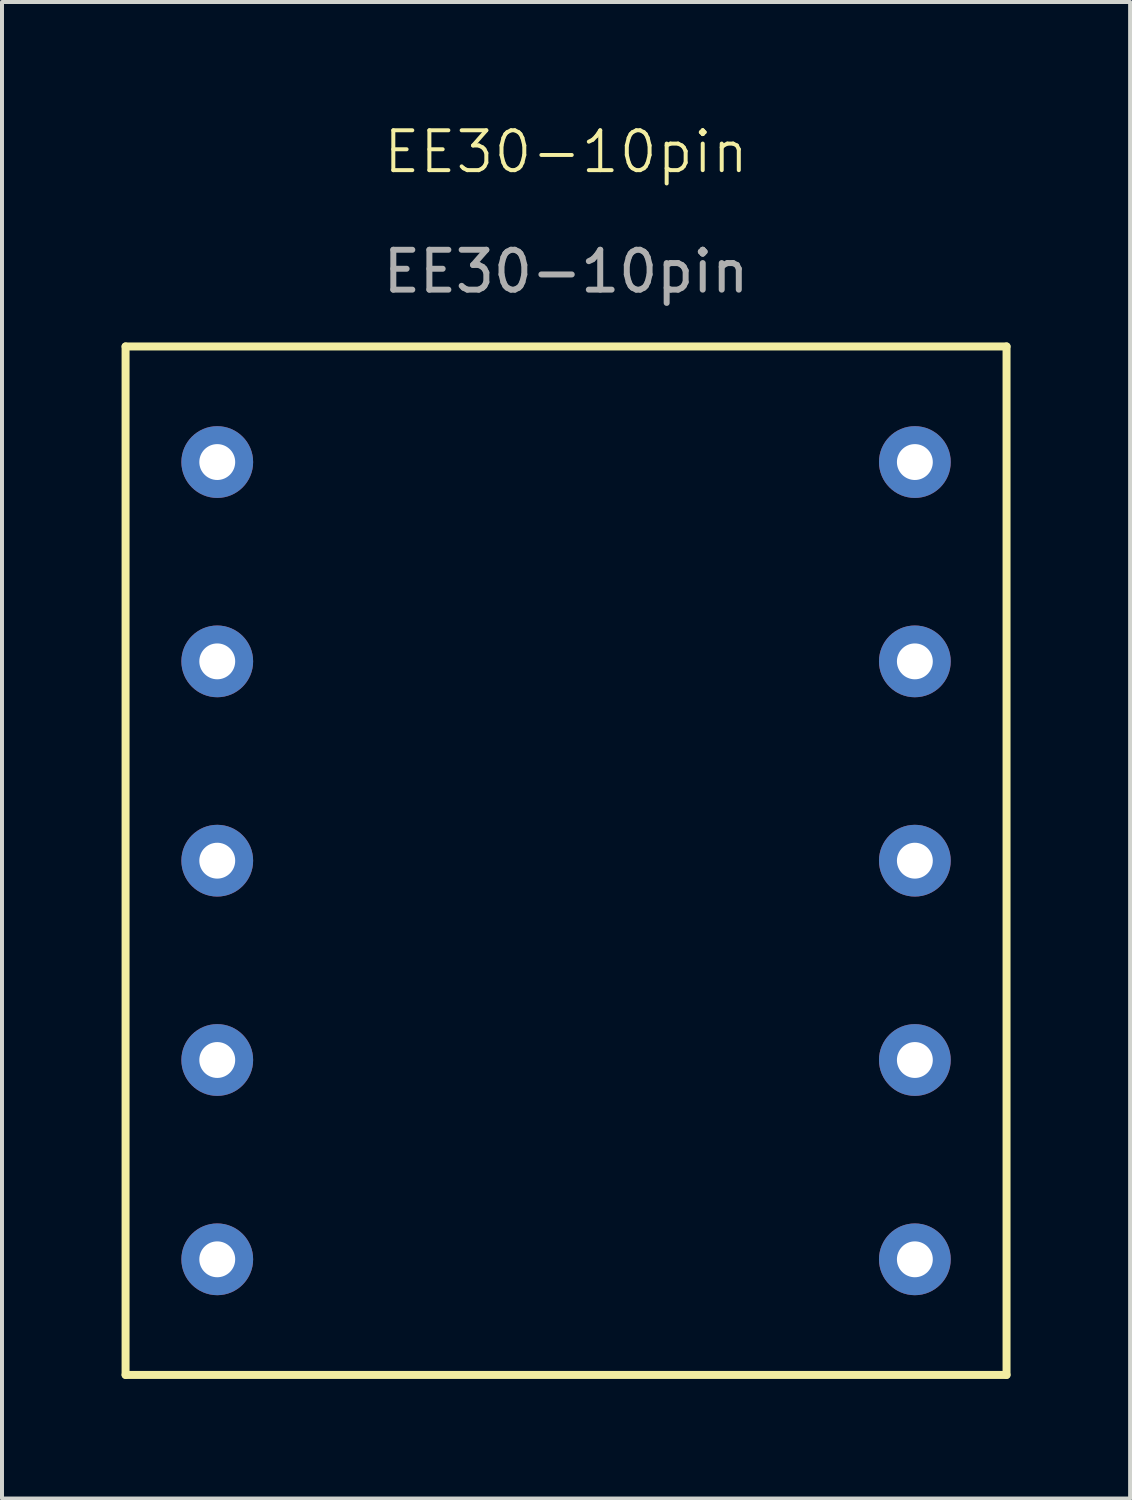
<source format=kicad_pcb>
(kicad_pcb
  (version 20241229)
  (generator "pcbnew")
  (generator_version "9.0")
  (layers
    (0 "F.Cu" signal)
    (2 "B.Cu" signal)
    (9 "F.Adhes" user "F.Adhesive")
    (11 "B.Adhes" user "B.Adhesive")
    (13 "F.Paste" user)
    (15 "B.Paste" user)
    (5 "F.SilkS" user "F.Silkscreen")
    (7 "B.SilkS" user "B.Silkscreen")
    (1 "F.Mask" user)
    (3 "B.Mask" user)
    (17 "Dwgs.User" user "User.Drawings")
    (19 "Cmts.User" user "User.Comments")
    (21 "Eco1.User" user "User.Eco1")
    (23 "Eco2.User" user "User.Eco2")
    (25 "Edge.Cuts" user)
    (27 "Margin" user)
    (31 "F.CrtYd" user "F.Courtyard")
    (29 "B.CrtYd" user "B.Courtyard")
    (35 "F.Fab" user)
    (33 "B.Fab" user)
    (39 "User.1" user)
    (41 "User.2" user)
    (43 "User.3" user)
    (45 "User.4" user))
  (footprint "EE30-10pin"
    (layer "F.Cu")
    (at 11.15 18.541)
    (property "Reference" "EE30-10pin" (at 0 -17.78 0) (unlocked yes) (layer "F.SilkS") (effects (font (size 1 1) (thickness 0.1))))
    (attr through_hole)
    (fp_line (start -11.05 -12.9) (end -11.05 12.9) (stroke (width 0.2) (type default)) (layer "F.SilkS"))
    (fp_line (start -11.05 -12.9) (end 11.05 -12.9) (stroke (width 0.2) (type default)) (layer "F.SilkS"))
    (fp_line (start -11.05 12.9) (end 11.05 12.9) (stroke (width 0.2) (type default)) (layer "F.SilkS"))
    (fp_line (start 11.05 -12.9) (end 11.05 12.9) (stroke (width 0.2) (type default)) (layer "F.SilkS"))
    (fp_text user "${REFERENCE}" (at 0 -14.78 0) (unlocked yes) (layer "F.Fab") (effects (font (size 1 1) (thickness 0.15))))
    (pad "" thru_hole circle (at -8.75 10 90) (size 1.8 1.8) (drill 0.9) (layers "*.Cu" "*.Mask"))
    (pad "" thru_hole circle (at 8.75 -5 90) (size 1.8 1.8) (drill 0.9) (layers "*.Cu" "*.Mask"))
    (pad "1" thru_hole circle (at -8.75 -10 90) (size 1.8 1.8) (drill 0.9) (layers "*.Cu" "*.Mask"))
    (pad "2" thru_hole circle (at -8.75 -5 90) (size 1.8 1.8) (drill 0.9) (layers "*.Cu" "*.Mask"))
    (pad "3" thru_hole circle (at -8.75 0 90) (size 1.8 1.8) (drill 0.9) (layers "*.Cu" "*.Mask"))
    (pad "4" thru_hole circle (at -8.75 5 90) (size 1.8 1.8) (drill 0.9) (layers "*.Cu" "*.Mask"))
    (pad "8" thru_hole circle (at 8.75 0 90) (size 1.8 1.8) (drill 0.9) (layers "*.Cu" "*.Mask"))
    (pad "8" thru_hole circle (at 8.75 5 90) (size 1.8 1.8) (drill 0.9) (layers "*.Cu" "*.Mask"))
    (pad "8" thru_hole circle (at 8.75 10 90) (size 1.8 1.8) (drill 0.9) (layers "*.Cu" "*.Mask"))
    (pad "10" thru_hole circle (at 8.75 -10 90) (size 1.8 1.8) (drill 0.9) (layers "*.Cu" "*.Mask")))
  (gr_rect
    (start -3 -3)
    (end 25.3 34.541)
    (stroke (width 0.1) (type default))
    (fill no)
    (layer "Edge.Cuts")))
</source>
